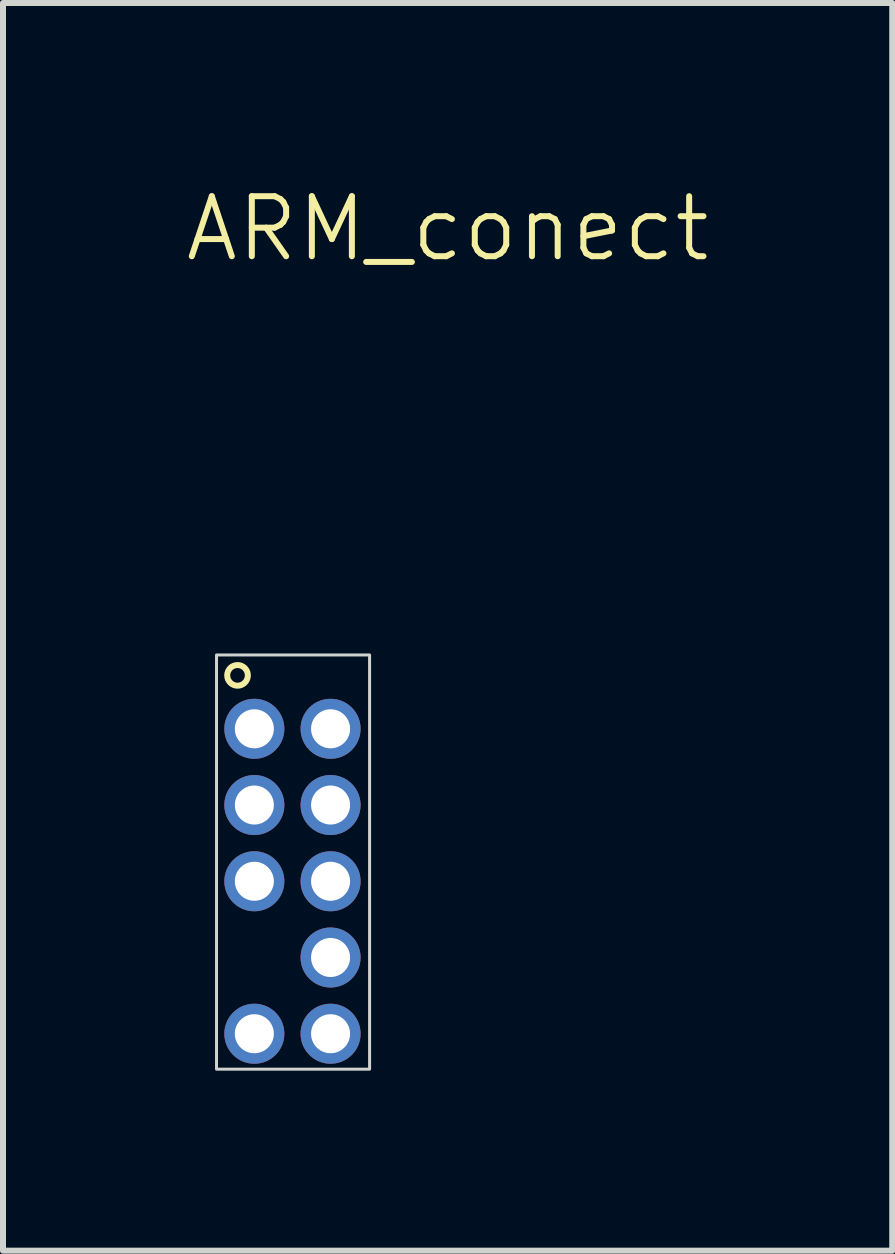
<source format=kicad_pcb>
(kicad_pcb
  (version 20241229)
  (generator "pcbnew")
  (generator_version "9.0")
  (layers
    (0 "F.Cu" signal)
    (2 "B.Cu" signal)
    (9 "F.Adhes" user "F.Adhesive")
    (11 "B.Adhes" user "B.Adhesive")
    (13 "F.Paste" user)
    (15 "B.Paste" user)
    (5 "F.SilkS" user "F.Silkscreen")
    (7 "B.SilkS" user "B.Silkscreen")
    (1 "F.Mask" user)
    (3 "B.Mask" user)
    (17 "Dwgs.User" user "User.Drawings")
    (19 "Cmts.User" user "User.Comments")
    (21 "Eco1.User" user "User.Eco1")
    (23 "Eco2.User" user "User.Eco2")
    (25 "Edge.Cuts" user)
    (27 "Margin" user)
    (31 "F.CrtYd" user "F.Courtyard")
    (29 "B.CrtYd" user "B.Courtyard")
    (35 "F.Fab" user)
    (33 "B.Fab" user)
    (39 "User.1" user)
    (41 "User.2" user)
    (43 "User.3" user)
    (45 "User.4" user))
  (footprint "ARM_conect"
    (layer "F.Cu")
    (at 1.807 11.611)
    (property "Reference" "ARM_conect" (at 2.6 -10.85 0) (unlocked yes) (layer "F.SilkS") (effects (font (size 1 1) (thickness 0.1))))
    (attr smd)
    (fp_circle (center -0.9 -3.41) (end -1 -3.55) (stroke (width 0.1) (type default)) (fill no) (layer "F.SilkS"))
    (fp_rect (start -1.25 -3.75) (end 1.3 3.15) (stroke (width 0.05) (type default)) (fill no) (layer "Edge.Cuts"))
    (pad "1" thru_hole circle (at -0.62 -2.52) (size 1 1) (drill 0.65) (layers "*.Cu" "*.Mask"))
    (pad "2" thru_hole circle (at 0.65 -2.52) (size 1 1) (drill 0.65) (layers "*.Cu" "*.Mask"))
    (pad "3" thru_hole circle (at -0.62 -1.25) (size 1 1) (drill 0.65) (layers "*.Cu" "*.Mask"))
    (pad "4" thru_hole circle (at 0.65 -1.25) (size 1 1) (drill 0.65) (layers "*.Cu" "*.Mask"))
    (pad "5" thru_hole circle (at -0.62 0.02) (size 1 1) (drill 0.65) (layers "*.Cu" "*.Mask"))
    (pad "6" thru_hole circle (at 0.65 0.02) (size 1 1) (drill 0.65) (layers "*.Cu" "*.Mask"))
    (pad "8" thru_hole circle (at 0.65 1.29) (size 1 1) (drill 0.65) (layers "*.Cu" "*.Mask"))
    (pad "9" thru_hole circle (at -0.62 2.56) (size 1 1) (drill 0.65) (layers "*.Cu" "*.Mask"))
    (pad "10" thru_hole circle (at 0.65 2.56) (size 1 1) (drill 0.65) (layers "*.Cu" "*.Mask")))
  (gr_rect
    (start -3 -3)
    (end 11.814 17.785)
    (stroke (width 0.1) (type default))
    (fill no)
    (layer "Edge.Cuts")))
</source>
